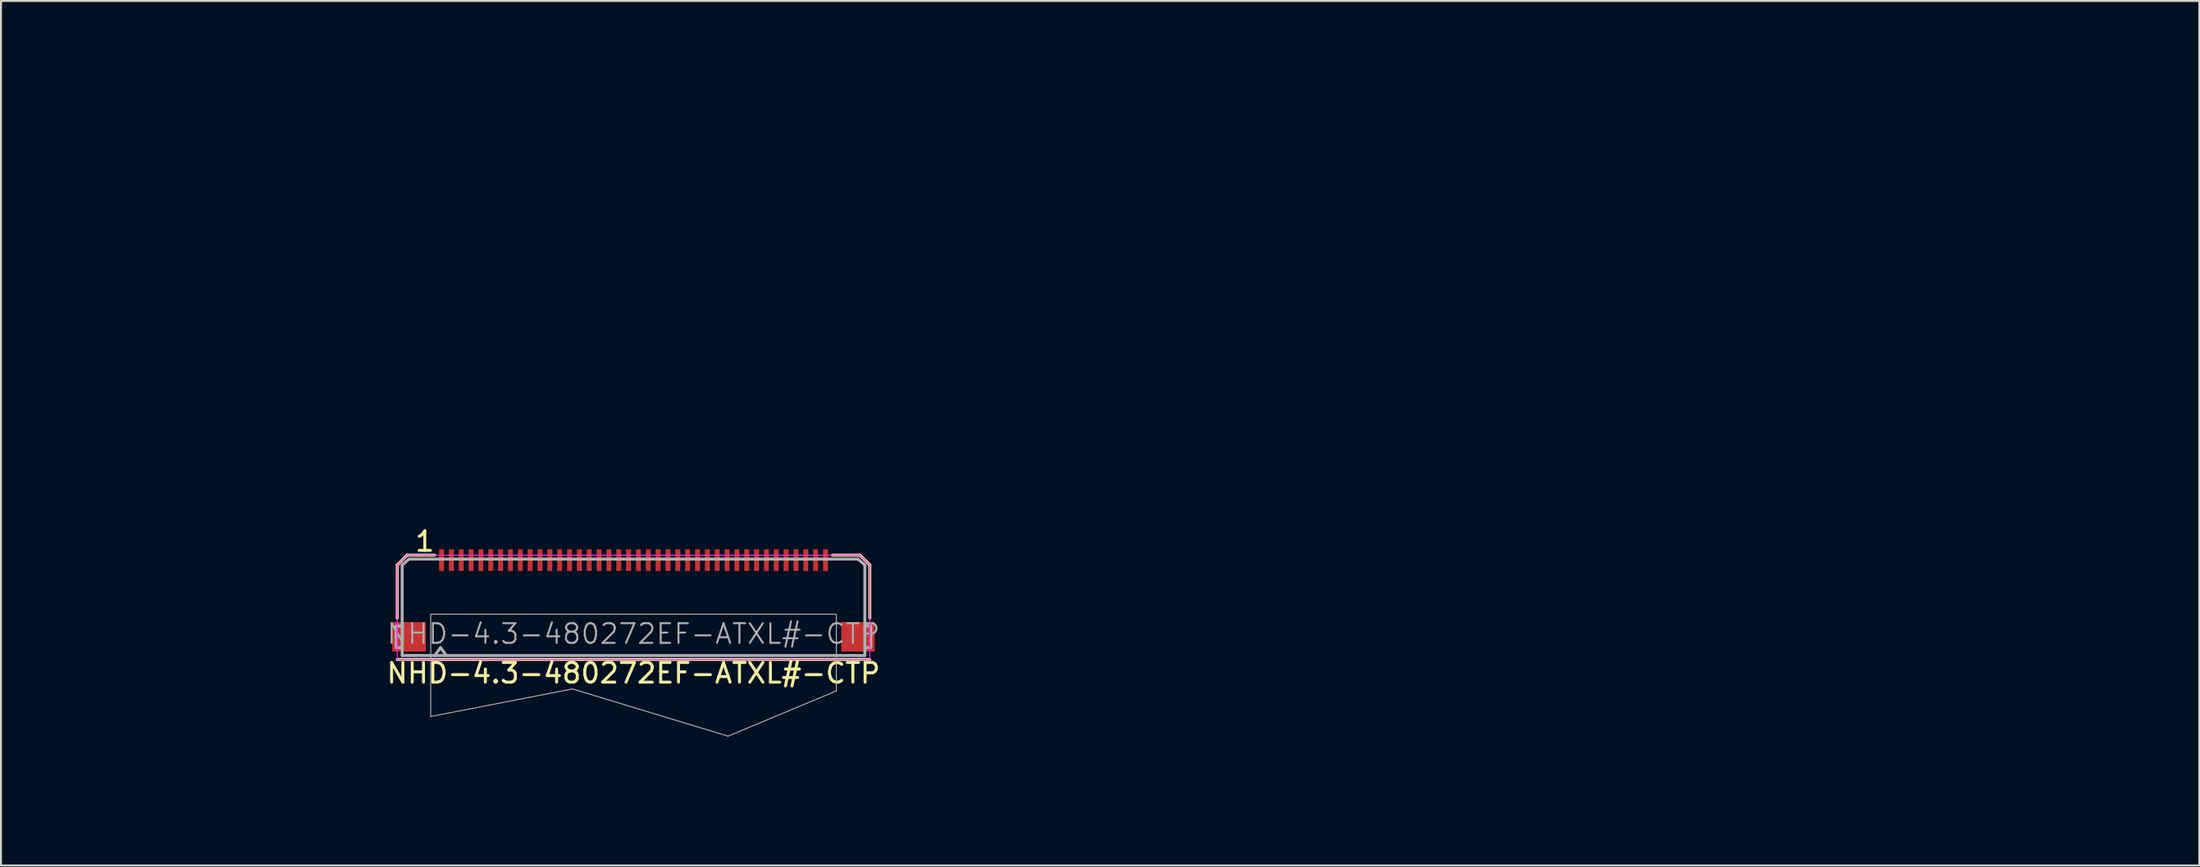
<source format=kicad_pcb>
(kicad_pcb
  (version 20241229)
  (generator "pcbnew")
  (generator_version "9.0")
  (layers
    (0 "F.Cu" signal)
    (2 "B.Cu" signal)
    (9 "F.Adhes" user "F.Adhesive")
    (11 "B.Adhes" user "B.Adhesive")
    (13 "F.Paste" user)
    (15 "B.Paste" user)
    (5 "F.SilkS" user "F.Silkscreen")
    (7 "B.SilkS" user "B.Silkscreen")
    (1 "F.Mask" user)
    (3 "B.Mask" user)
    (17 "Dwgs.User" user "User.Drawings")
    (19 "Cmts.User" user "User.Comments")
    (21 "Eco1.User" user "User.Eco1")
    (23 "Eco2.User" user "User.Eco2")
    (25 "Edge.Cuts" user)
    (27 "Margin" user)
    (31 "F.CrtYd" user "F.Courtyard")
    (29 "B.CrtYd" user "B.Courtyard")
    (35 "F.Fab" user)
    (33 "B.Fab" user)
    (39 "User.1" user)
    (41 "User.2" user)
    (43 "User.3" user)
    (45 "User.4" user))
  (footprint "NHD-4.3-480272EF-ATXL#-CTP"
    (layer "F.Cu")
    (at 29.125 28.175)
    (property "Reference" "NHD-4.3-480272EF-ATXL#-CTP" (at 0 3 0) (layer "F.SilkS") (effects (font (size 1 1) (thickness 0.15))))
    (attr through_hole)
    (fp_line (start -12 -2.5) (end -12 0.2) (stroke (width 0.15) (type solid)) (layer "F.SilkS"))
    (fp_line (start -12 2.3) (end 12 2.3) (stroke (width 0.15) (type solid)) (layer "F.SilkS"))
    (fp_line (start -11.5 -3) (end -12 -2.5) (stroke (width 0.15) (type solid)) (layer "F.SilkS"))
    (fp_line (start -10.1 -3) (end -11.5 -3) (stroke (width 0.15) (type solid)) (layer "F.SilkS"))
    (fp_line (start 11.5 -3) (end 10.1 -3) (stroke (width 0.15) (type solid)) (layer "F.SilkS"))
    (fp_line (start 12 -2.5) (end 11.5 -3) (stroke (width 0.15) (type solid)) (layer "F.SilkS"))
    (fp_line (start 12 -2.5) (end 12 0.2) (stroke (width 0.15) (type solid)) (layer "F.SilkS"))
    (fp_line (start -29.05 4.6) (end -29.05 -19.4) (stroke (width 0.15) (type solid)) (layer "Eco1.User"))
    (fp_line (start 10 1) (end 28.2 1) (stroke (width 0.15) (type solid)) (layer "Eco1.User"))
    (fp_line (start 20.2 8) (end 20.2 1) (stroke (width 0.15) (type solid)) (layer "Eco1.User"))
    (fp_line (start 23.7 9.5) (end 23.7 -28.1) (stroke (width 0.15) (type solid)) (layer "Eco1.User"))
    (fp_line (start 27.2 9.7) (end 27.2 1) (stroke (width 0.15) (type solid)) (layer "Eco1.User"))
    (fp_line (start 76.45 7.8) (end 76.45 -20.8) (stroke (width 0.15) (type solid)) (layer "Eco1.User"))
    (fp_line (start -12 -2.5) (end -12 2.3) (stroke (width 0.05) (type solid)) (layer "F.CrtYd"))
    (fp_line (start -12 -2.5) (end -11.5 -3) (stroke (width 0.05) (type solid)) (layer "F.CrtYd"))
    (fp_line (start -12 2.3) (end 12 2.3) (stroke (width 0.05) (type solid)) (layer "F.CrtYd"))
    (fp_line (start -11.5 -3) (end 11.5 -3) (stroke (width 0.05) (type solid)) (layer "F.CrtYd"))
    (fp_line (start 11.5 -3) (end 12 -2.5) (stroke (width 0.05) (type solid)) (layer "F.CrtYd"))
    (fp_line (start 12 -2.5) (end 12 2.3) (stroke (width 0.05) (type solid)) (layer "F.CrtYd"))
    (fp_line (start -12.05 0.6) (end -12.05 1.7) (stroke (width 0.15) (type solid)) (layer "F.Fab"))
    (fp_line (start -11.8 0.6) (end -12 0.6) (stroke (width 0.15) (type solid)) (layer "F.Fab"))
    (fp_line (start -11.8 1.7) (end -12 1.7) (stroke (width 0.15) (type solid)) (layer "F.Fab"))
    (fp_line (start -11.75 -2.5) (end -11.75 2.1) (stroke (width 0.15) (type solid)) (layer "F.Fab"))
    (fp_line (start -11.75 -2.5) (end -11.4 -2.8) (stroke (width 0.15) (type solid)) (layer "F.Fab"))
    (fp_line (start -11.75 2.1) (end 11.75 2.1) (stroke (width 0.15) (type solid)) (layer "F.Fab"))
    (fp_line (start -11.4 -2.8) (end 11.4 -2.8) (stroke (width 0.15) (type solid)) (layer "F.Fab"))
    (fp_line (start -10.3 0) (end 10.3 0) (stroke (width 0.05) (type solid)) (layer "F.Fab"))
    (fp_line (start -10.3 5.2) (end -10.3 0) (stroke (width 0.05) (type solid)) (layer "F.Fab"))
    (fp_line (start -10.1 2.1) (end -9.8 1.7) (stroke (width 0.15) (type solid)) (layer "F.Fab"))
    (fp_line (start -9.8 1.7) (end -9.5 2.1) (stroke (width 0.15) (type solid)) (layer "F.Fab"))
    (fp_line (start -3.1 3.8) (end -10.3 5.2) (stroke (width 0.05) (type solid)) (layer "F.Fab"))
    (fp_line (start 4.8 6.2) (end -3.1 3.8) (stroke (width 0.05) (type solid)) (layer "F.Fab"))
    (fp_line (start 10.3 0) (end 10.3 3.9) (stroke (width 0.05) (type solid)) (layer "F.Fab"))
    (fp_line (start 10.3 3.9) (end 4.8 6.2) (stroke (width 0.05) (type solid)) (layer "F.Fab"))
    (fp_line (start 11.4 -2.8) (end 11.75 -2.5) (stroke (width 0.15) (type solid)) (layer "F.Fab"))
    (fp_line (start 11.75 -2.5) (end 11.75 2.1) (stroke (width 0.15) (type solid)) (layer "F.Fab"))
    (fp_line (start 12 0.6) (end 11.8 0.6) (stroke (width 0.15) (type solid)) (layer "F.Fab"))
    (fp_line (start 12 1.7) (end 11.8 1.7) (stroke (width 0.15) (type solid)) (layer "F.Fab"))
    (fp_line (start 12.05 0.6) (end 12.05 1.7) (stroke (width 0.15) (type solid)) (layer "F.Fab"))
    (fp_text user "1" (at -10.6 -3.7 0) (layer "F.SilkS") (effects (font (size 1 1) (thickness 0.15))))
    (fp_text user "${REFERENCE}" (at 0 1 0) (layer "F.Fab") (effects (font (size 1 1) (thickness 0.1))))
    (pad "1" smd rect (at -9.75 -2.75) (size 0.25 1.1) (layers "F.Cu" "F.Mask" "F.Paste"))
    (pad "2" smd rect (at -9.25 -2.75) (size 0.25 1.1) (layers "F.Cu" "F.Mask" "F.Paste"))
    (pad "3" smd rect (at -8.75 -2.75) (size 0.25 1.1) (layers "F.Cu" "F.Mask" "F.Paste"))
    (pad "4" smd rect (at -8.25 -2.75) (size 0.25 1.1) (layers "F.Cu" "F.Mask" "F.Paste"))
    (pad "5" smd rect (at -7.75 -2.75) (size 0.25 1.1) (layers "F.Cu" "F.Mask" "F.Paste"))
    (pad "6" smd rect (at -7.25 -2.75) (size 0.25 1.1) (layers "F.Cu" "F.Mask" "F.Paste"))
    (pad "7" smd rect (at -6.75 -2.75) (size 0.25 1.1) (layers "F.Cu" "F.Mask" "F.Paste"))
    (pad "8" smd rect (at -6.25 -2.75) (size 0.25 1.1) (layers "F.Cu" "F.Mask" "F.Paste"))
    (pad "9" smd rect (at -5.75 -2.75) (size 0.25 1.1) (layers "F.Cu" "F.Mask" "F.Paste"))
    (pad "10" smd rect (at -5.25 -2.75) (size 0.25 1.1) (layers "F.Cu" "F.Mask" "F.Paste"))
    (pad "11" smd rect (at -4.75 -2.75) (size 0.25 1.1) (layers "F.Cu" "F.Mask" "F.Paste"))
    (pad "12" smd rect (at -4.25 -2.75) (size 0.25 1.1) (layers "F.Cu" "F.Mask" "F.Paste"))
    (pad "13" smd rect (at -3.75 -2.75) (size 0.25 1.1) (layers "F.Cu" "F.Mask" "F.Paste"))
    (pad "14" smd rect (at -3.25 -2.75) (size 0.25 1.1) (layers "F.Cu" "F.Mask" "F.Paste"))
    (pad "15" smd rect (at -2.75 -2.75) (size 0.25 1.1) (layers "F.Cu" "F.Mask" "F.Paste"))
    (pad "16" smd rect (at -2.25 -2.75) (size 0.25 1.1) (layers "F.Cu" "F.Mask" "F.Paste"))
    (pad "17" smd rect (at -1.75 -2.75) (size 0.25 1.1) (layers "F.Cu" "F.Mask" "F.Paste"))
    (pad "18" smd rect (at -1.25 -2.75) (size 0.25 1.1) (layers "F.Cu" "F.Mask" "F.Paste"))
    (pad "19" smd rect (at -0.75 -2.75) (size 0.25 1.1) (layers "F.Cu" "F.Mask" "F.Paste"))
    (pad "20" smd rect (at -0.25 -2.75) (size 0.25 1.1) (layers "F.Cu" "F.Mask" "F.Paste"))
    (pad "21" smd rect (at 0.25 -2.75) (size 0.25 1.1) (layers "F.Cu" "F.Mask" "F.Paste"))
    (pad "22" smd rect (at 0.75 -2.75) (size 0.25 1.1) (layers "F.Cu" "F.Mask" "F.Paste"))
    (pad "23" smd rect (at 1.25 -2.75) (size 0.25 1.1) (layers "F.Cu" "F.Mask" "F.Paste"))
    (pad "24" smd rect (at 1.75 -2.75) (size 0.25 1.1) (layers "F.Cu" "F.Mask" "F.Paste"))
    (pad "25" smd rect (at 2.25 -2.75) (size 0.25 1.1) (layers "F.Cu" "F.Mask" "F.Paste"))
    (pad "26" smd rect (at 2.75 -2.75) (size 0.25 1.1) (layers "F.Cu" "F.Mask" "F.Paste"))
    (pad "27" smd rect (at 3.25 -2.75) (size 0.25 1.1) (layers "F.Cu" "F.Mask" "F.Paste"))
    (pad "28" smd rect (at 3.75 -2.75) (size 0.25 1.1) (layers "F.Cu" "F.Mask" "F.Paste"))
    (pad "29" smd rect (at 4.25 -2.75) (size 0.25 1.1) (layers "F.Cu" "F.Mask" "F.Paste"))
    (pad "30" smd rect (at 4.75 -2.75) (size 0.25 1.1) (layers "F.Cu" "F.Mask" "F.Paste"))
    (pad "31" smd rect (at 5.25 -2.75) (size 0.25 1.1) (layers "F.Cu" "F.Mask" "F.Paste"))
    (pad "32" smd rect (at 5.75 -2.75) (size 0.25 1.1) (layers "F.Cu" "F.Mask" "F.Paste"))
    (pad "33" smd rect (at 6.25 -2.75) (size 0.25 1.1) (layers "F.Cu" "F.Mask" "F.Paste"))
    (pad "34" smd rect (at 6.75 -2.75) (size 0.25 1.1) (layers "F.Cu" "F.Mask" "F.Paste"))
    (pad "35" smd rect (at 7.25 -2.75) (size 0.25 1.1) (layers "F.Cu" "F.Mask" "F.Paste"))
    (pad "36" smd rect (at 7.75 -2.75) (size 0.25 1.1) (layers "F.Cu" "F.Mask" "F.Paste"))
    (pad "37" smd rect (at 8.25 -2.75) (size 0.25 1.1) (layers "F.Cu" "F.Mask" "F.Paste"))
    (pad "38" smd rect (at 8.75 -2.75) (size 0.25 1.1) (layers "F.Cu" "F.Mask" "F.Paste"))
    (pad "39" smd rect (at 9.25 -2.75) (size 0.25 1.1) (layers "F.Cu" "F.Mask" "F.Paste"))
    (pad "40" smd rect (at 9.75 -2.75) (size 0.25 1.1) (layers "F.Cu" "F.Mask" "F.Paste"))
    (pad "41" smd rect (at 11.4 1.15) (size 1.7 1.5) (layers "F.Cu" "F.Mask" "F.Paste"))
    (pad "42" smd rect (at -11.4 1.15) (size 1.7 1.5) (layers "F.Cu" "F.Mask" "F.Paste")))
  (gr_rect
    (start -3 -3)
    (end 108.65 40.95)
    (stroke (width 0.1) (type default))
    (fill no)
    (layer "Edge.Cuts")))
</source>
